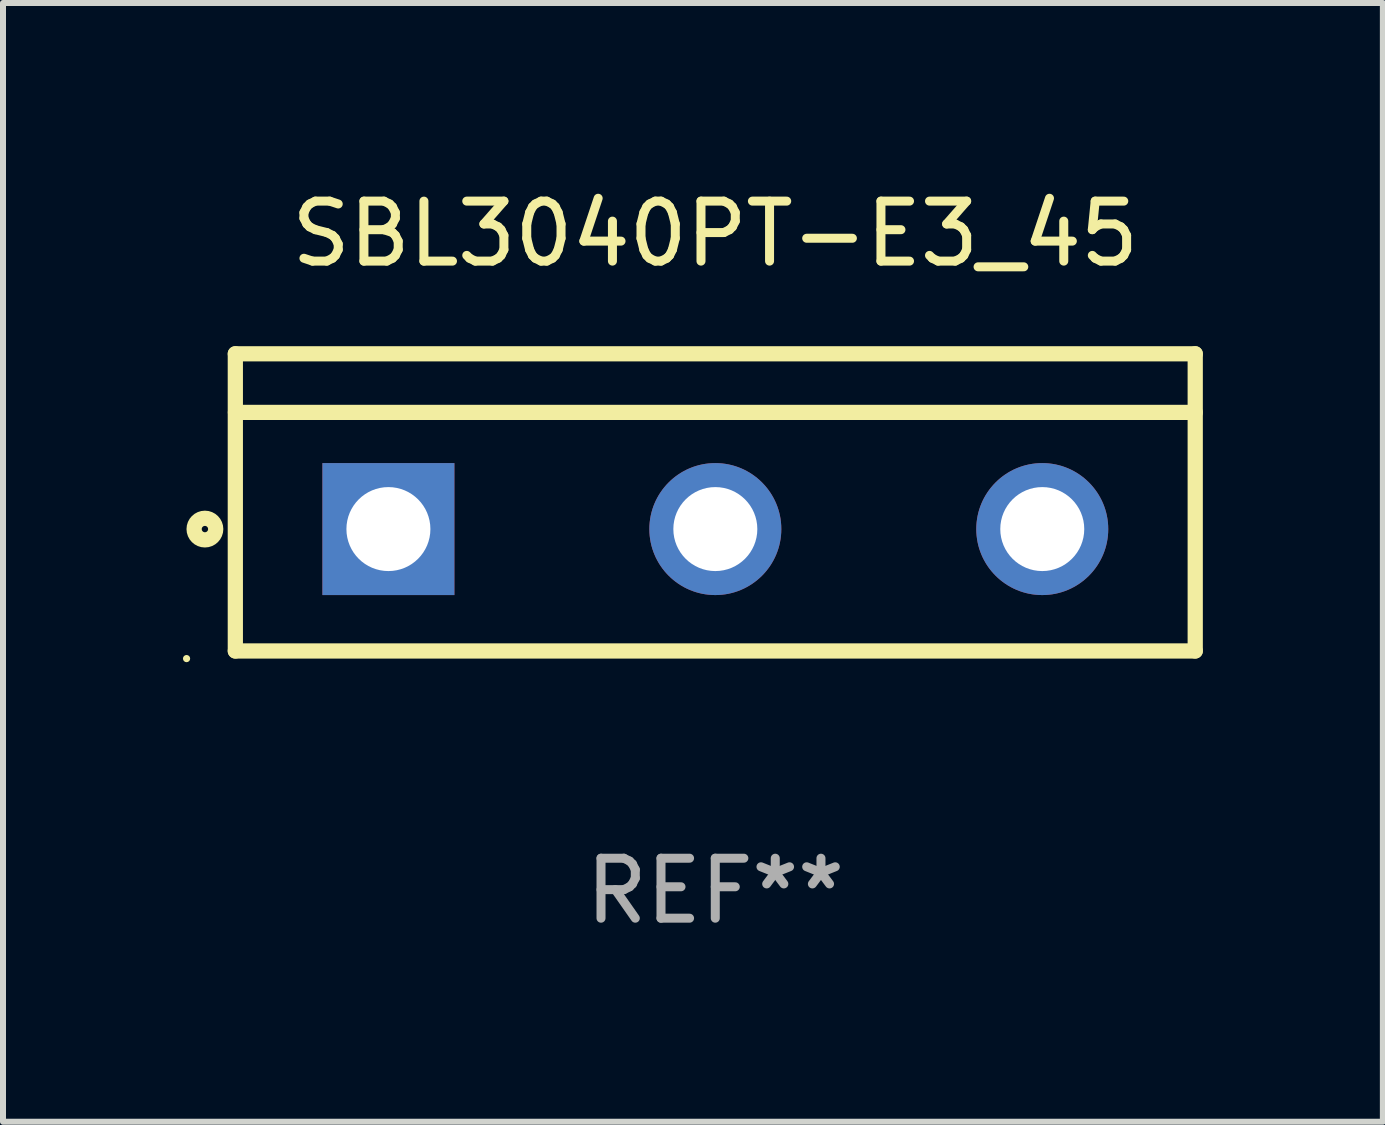
<source format=kicad_pcb>
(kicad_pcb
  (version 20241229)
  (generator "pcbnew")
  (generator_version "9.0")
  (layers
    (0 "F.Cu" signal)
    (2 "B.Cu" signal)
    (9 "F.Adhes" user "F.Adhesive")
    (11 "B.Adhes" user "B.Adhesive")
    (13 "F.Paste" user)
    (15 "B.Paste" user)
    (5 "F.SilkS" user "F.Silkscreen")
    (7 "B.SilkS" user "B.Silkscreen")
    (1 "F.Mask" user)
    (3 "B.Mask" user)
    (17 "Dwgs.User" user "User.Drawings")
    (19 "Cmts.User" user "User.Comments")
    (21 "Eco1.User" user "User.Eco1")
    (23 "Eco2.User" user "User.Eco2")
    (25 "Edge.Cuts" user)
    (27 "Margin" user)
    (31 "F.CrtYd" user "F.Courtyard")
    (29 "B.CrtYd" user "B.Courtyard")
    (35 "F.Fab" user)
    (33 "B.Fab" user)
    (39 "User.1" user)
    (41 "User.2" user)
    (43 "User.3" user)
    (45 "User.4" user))
  (footprint "SBL3040PT-E3_45"
    (layer "F.Cu")
    (at 8.874 5.325)
    (property "Reference" "SBL3040PT-E3_45" (at 0 -4.477 0) (layer "F.SilkS") (effects (font (size 1 1) (thickness 0.15))))
    (attr through_hole)
    (fp_line (start -8.001 -2.477) (end 8.001 -2.477) (stroke (width 0.254) (type solid)) (layer "F.SilkS"))
    (fp_line (start -8.001 2.477) (end -8.001 -2.477) (stroke (width 0.254) (type solid)) (layer "F.SilkS"))
    (fp_line (start -7.999 -1.5) (end 8.001 -1.5) (stroke (width 0.254) (type solid)) (layer "F.SilkS"))
    (fp_line (start 8.001 -2.477) (end 8.001 2.477) (stroke (width 0.254) (type solid)) (layer "F.SilkS"))
    (fp_line (start 8.001 2.477) (end -8.001 2.477) (stroke (width 0.254) (type solid)) (layer "F.SilkS"))
    (fp_circle (center -8.814 2.604) (end -8.784 2.604) (stroke (width 0.06) (type solid)) (fill no) (layer "F.SilkS"))
    (fp_circle (center -8.508 0.445) (end -8.328 0.445) (stroke (width 0.254) (type solid)) (fill no) (layer "F.SilkS"))
    (fp_text user "REF**" (at 0 6.477 0) (layer "F.Fab") (effects (font (size 1 1) (thickness 0.15))))
    (pad "1" thru_hole rect (at -5.449 0.445) (size 2.2 2.2) (drill 1.4) (layers "*.Cu" "*.Mask"))
    (pad "2" thru_hole circle (at 0.001 0.445) (size 2.2 2.2) (drill 1.4) (layers "*.Cu" "*.Mask"))
    (pad "3" thru_hole circle (at 5.451 0.445) (size 2.2 2.2) (drill 1.4) (layers "*.Cu" "*.Mask")))
  (gr_rect
    (start -3 -3)
    (end 20.003 15.65)
    (stroke (width 0.1) (type default))
    (fill no)
    (layer "Edge.Cuts")))
</source>
